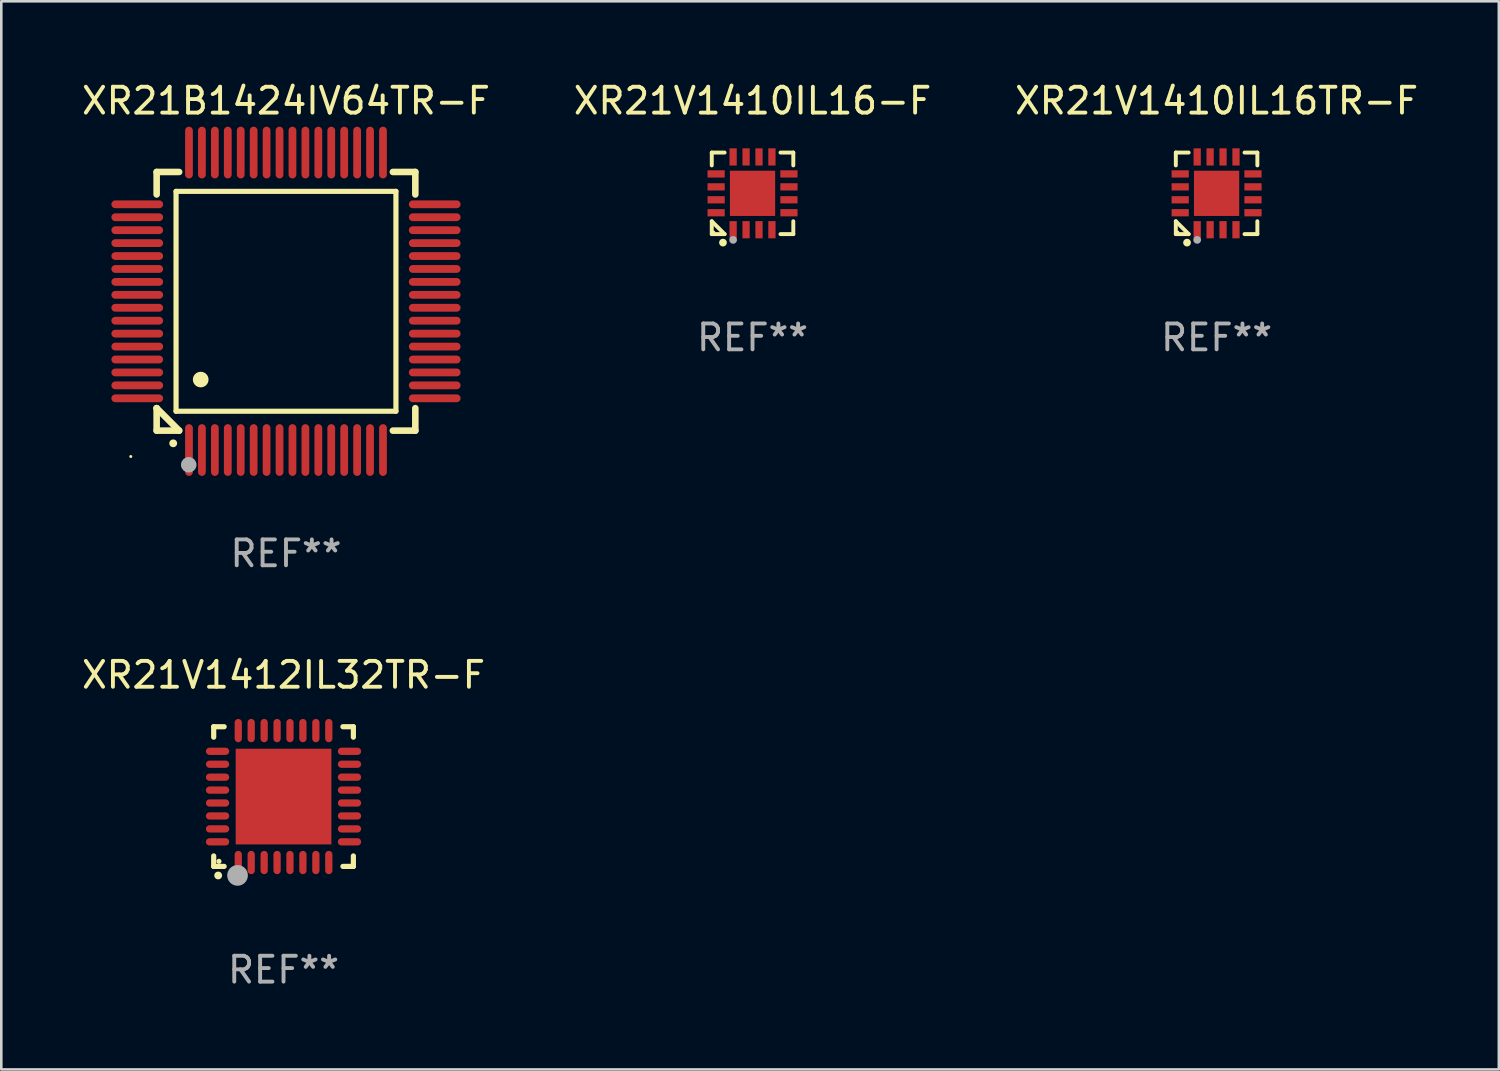
<source format=kicad_pcb>
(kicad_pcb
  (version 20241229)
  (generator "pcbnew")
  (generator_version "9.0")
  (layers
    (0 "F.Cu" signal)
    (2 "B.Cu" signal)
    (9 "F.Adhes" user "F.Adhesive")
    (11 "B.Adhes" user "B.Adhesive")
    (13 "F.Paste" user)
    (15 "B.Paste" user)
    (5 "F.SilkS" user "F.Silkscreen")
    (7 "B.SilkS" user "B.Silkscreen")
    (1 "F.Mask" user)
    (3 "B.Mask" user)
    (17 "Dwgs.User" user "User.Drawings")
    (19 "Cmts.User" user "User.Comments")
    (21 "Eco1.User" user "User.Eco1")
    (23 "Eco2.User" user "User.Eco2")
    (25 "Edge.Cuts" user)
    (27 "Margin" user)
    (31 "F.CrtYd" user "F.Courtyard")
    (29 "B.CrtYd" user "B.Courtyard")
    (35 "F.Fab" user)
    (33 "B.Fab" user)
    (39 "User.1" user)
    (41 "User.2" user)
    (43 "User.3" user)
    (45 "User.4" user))
  (footprint "XR21V1412IL32TR-F"
    (layer "F.Cu")
    (at 7.911 27.744)
    (property "Reference" "XR21V1412IL32TR-F" (at 0 -4.7 0) (layer "F.SilkS") (effects (font (size 1 1) (thickness 0.15))))
    (attr through_hole)
    (fp_line (start -2.7 -2.7) (end -2.295 -2.7) (stroke (width 0.2) (type solid)) (layer "F.SilkS"))
    (fp_line (start -2.7 -2.295) (end -2.7 -2.7) (stroke (width 0.2) (type solid)) (layer "F.SilkS"))
    (fp_line (start -2.7 2.7) (end -2.7 2.295) (stroke (width 0.2) (type solid)) (layer "F.SilkS"))
    (fp_line (start -2.295 2.7) (end -2.7 2.7) (stroke (width 0.2) (type solid)) (layer "F.SilkS"))
    (fp_line (start 2.295 2.7) (end 2.7 2.7) (stroke (width 0.2) (type solid)) (layer "F.SilkS"))
    (fp_line (start 2.7 -2.7) (end 2.295 -2.7) (stroke (width 0.2) (type solid)) (layer "F.SilkS"))
    (fp_line (start 2.7 -2.295) (end 2.7 -2.7) (stroke (width 0.2) (type solid)) (layer "F.SilkS"))
    (fp_line (start 2.7 2.7) (end 2.7 2.295) (stroke (width 0.2) (type solid)) (layer "F.SilkS"))
    (fp_arc (start -2.527889 3.050546) (mid -2.526619 3.050541) (end -2.525349 3.050546) (stroke (width 0.3) (type solid)) (layer "F.SilkS"))
    (fp_circle (center -2.497 2.505) (end -2.447 2.505) (stroke (width 0.1) (type solid)) (fill no) (layer "F.SilkS"))
    (fp_circle (center -1.778 3.048) (end -1.578 3.048) (stroke (width 0.4) (type solid)) (fill no) (layer "F.Fab"))
    (fp_text user "REF**" (at 0 6.7 0) (layer "F.Fab") (effects (font (size 1 1) (thickness 0.15))))
    (pad "1" smd oval (at -1.75 2.55) (size 0.28 0.9) (layers "F.Cu" "F.Mask" "F.Paste"))
    (pad "2" smd oval (at -1.25 2.55) (size 0.28 0.9) (layers "F.Cu" "F.Mask" "F.Paste"))
    (pad "3" smd oval (at -0.749 2.55) (size 0.28 0.9) (layers "F.Cu" "F.Mask" "F.Paste"))
    (pad "4" smd oval (at -0.249 2.55) (size 0.28 0.9) (layers "F.Cu" "F.Mask" "F.Paste"))
    (pad "5" smd oval (at 0.249 2.55) (size 0.28 0.9) (layers "F.Cu" "F.Mask" "F.Paste"))
    (pad "6" smd oval (at 0.749 2.55) (size 0.28 0.9) (layers "F.Cu" "F.Mask" "F.Paste"))
    (pad "7" smd oval (at 1.25 2.55) (size 0.28 0.9) (layers "F.Cu" "F.Mask" "F.Paste"))
    (pad "8" smd oval (at 1.75 2.55) (size 0.28 0.9) (layers "F.Cu" "F.Mask" "F.Paste"))
    (pad "9" smd oval (at 2.55 1.75) (size 0.9 0.28) (layers "F.Cu" "F.Mask" "F.Paste"))
    (pad "10" smd oval (at 2.55 1.25) (size 0.9 0.28) (layers "F.Cu" "F.Mask" "F.Paste"))
    (pad "11" smd oval (at 2.55 0.749) (size 0.9 0.28) (layers "F.Cu" "F.Mask" "F.Paste"))
    (pad "12" smd oval (at 2.55 0.249) (size 0.9 0.28) (layers "F.Cu" "F.Mask" "F.Paste"))
    (pad "13" smd oval (at 2.55 -0.249) (size 0.9 0.28) (layers "F.Cu" "F.Mask" "F.Paste"))
    (pad "14" smd oval (at 2.55 -0.749) (size 0.9 0.28) (layers "F.Cu" "F.Mask" "F.Paste"))
    (pad "15" smd oval (at 2.55 -1.25) (size 0.9 0.28) (layers "F.Cu" "F.Mask" "F.Paste"))
    (pad "16" smd oval (at 2.55 -1.75) (size 0.9 0.28) (layers "F.Cu" "F.Mask" "F.Paste"))
    (pad "17" smd oval (at 1.75 -2.55) (size 0.28 0.9) (layers "F.Cu" "F.Mask" "F.Paste"))
    (pad "18" smd oval (at 1.25 -2.55) (size 0.28 0.9) (layers "F.Cu" "F.Mask" "F.Paste"))
    (pad "19" smd oval (at 0.749 -2.55) (size 0.28 0.9) (layers "F.Cu" "F.Mask" "F.Paste"))
    (pad "20" smd oval (at 0.249 -2.55) (size 0.28 0.9) (layers "F.Cu" "F.Mask" "F.Paste"))
    (pad "21" smd oval (at -0.249 -2.55) (size 0.28 0.9) (layers "F.Cu" "F.Mask" "F.Paste"))
    (pad "22" smd oval (at -0.749 -2.55) (size 0.28 0.9) (layers "F.Cu" "F.Mask" "F.Paste"))
    (pad "23" smd oval (at -1.25 -2.55) (size 0.28 0.9) (layers "F.Cu" "F.Mask" "F.Paste"))
    (pad "24" smd oval (at -1.75 -2.55) (size 0.28 0.9) (layers "F.Cu" "F.Mask" "F.Paste"))
    (pad "25" smd oval (at -2.55 -1.75) (size 0.9 0.28) (layers "F.Cu" "F.Mask" "F.Paste"))
    (pad "26" smd oval (at -2.55 -1.25) (size 0.9 0.28) (layers "F.Cu" "F.Mask" "F.Paste"))
    (pad "27" smd oval (at -2.55 -0.749) (size 0.9 0.28) (layers "F.Cu" "F.Mask" "F.Paste"))
    (pad "28" smd oval (at -2.55 -0.249) (size 0.9 0.28) (layers "F.Cu" "F.Mask" "F.Paste"))
    (pad "29" smd oval (at -2.55 0.249) (size 0.9 0.28) (layers "F.Cu" "F.Mask" "F.Paste"))
    (pad "30" smd oval (at -2.55 0.749) (size 0.9 0.28) (layers "F.Cu" "F.Mask" "F.Paste"))
    (pad "31" smd oval (at -2.55 1.25) (size 0.9 0.28) (layers "F.Cu" "F.Mask" "F.Paste"))
    (pad "32" smd oval (at -2.55 1.75) (size 0.9 0.28) (layers "F.Cu" "F.Mask" "F.Paste"))
    (pad "33" smd rect (at 0.000076 0.000076) (size 3.7 3.7) (layers "F.Cu" "F.Mask" "F.Paste")))
  (footprint "XR21V1410IL16TR-F"
    (layer "F.Cu")
    (at 43.982 4.424)
    (property "Reference" "XR21V1410IL16TR-F" (at 0 -3.576 0) (layer "F.SilkS") (effects (font (size 1 1) (thickness 0.15))))
    (attr through_hole)
    (fp_line (start -1.576 -1.576) (end -1.08 -1.576) (stroke (width 0.152) (type solid)) (layer "F.SilkS"))
    (fp_line (start -1.576 -1.08) (end -1.576 -1.576) (stroke (width 0.152) (type solid)) (layer "F.SilkS"))
    (fp_line (start -1.576 1.08) (end -1.576 1.576) (stroke (width 0.152) (type solid)) (layer "F.SilkS"))
    (fp_line (start -1.576 1.576) (end -1.08 1.576) (stroke (width 0.152) (type solid)) (layer "F.SilkS"))
    (fp_line (start -1.08 1.576) (end -1.576 1.08) (stroke (width 0.152) (type solid)) (layer "F.SilkS"))
    (fp_line (start 1.576 -1.576) (end 1.08 -1.576) (stroke (width 0.152) (type solid)) (layer "F.SilkS"))
    (fp_line (start 1.576 -1.08) (end 1.576 -1.576) (stroke (width 0.152) (type solid)) (layer "F.SilkS"))
    (fp_line (start 1.576 1.08) (end 1.576 1.576) (stroke (width 0.152) (type solid)) (layer "F.SilkS"))
    (fp_line (start 1.576 1.576) (end 1.08 1.576) (stroke (width 0.152) (type solid)) (layer "F.SilkS"))
    (fp_circle (center -1.5 1.5) (end -1.47 1.5) (stroke (width 0.06) (type solid)) (fill no) (layer "F.SilkS"))
    (fp_circle (center -1.143 1.905) (end -1.068 1.905) (stroke (width 0.15) (type solid)) (fill no) (layer "F.SilkS"))
    (fp_circle (center -0.75 1.8) (end -0.675 1.8) (stroke (width 0.15) (type solid)) (fill no) (layer "F.Fab"))
    (fp_text user "REF**" (at 0 5.576 0) (layer "F.Fab") (effects (font (size 1 1) (thickness 0.15))))
    (pad "1" smd rect (at -0.75 1.407) (size 0.28 0.665) (layers "F.Cu" "F.Mask" "F.Paste"))
    (pad "2" smd rect (at -0.25 1.407) (size 0.28 0.665) (layers "F.Cu" "F.Mask" "F.Paste"))
    (pad "3" smd rect (at 0.25 1.407) (size 0.28 0.665) (layers "F.Cu" "F.Mask" "F.Paste"))
    (pad "4" smd rect (at 0.75 1.407) (size 0.28 0.665) (layers "F.Cu" "F.Mask" "F.Paste"))
    (pad "5" smd rect (at 1.407 0.75) (size 0.665 0.28) (layers "F.Cu" "F.Mask" "F.Paste"))
    (pad "6" smd rect (at 1.407 0.25) (size 0.665 0.28) (layers "F.Cu" "F.Mask" "F.Paste"))
    (pad "7" smd rect (at 1.407 -0.25) (size 0.665 0.28) (layers "F.Cu" "F.Mask" "F.Paste"))
    (pad "8" smd rect (at 1.407 -0.75) (size 0.665 0.28) (layers "F.Cu" "F.Mask" "F.Paste"))
    (pad "9" smd rect (at 0.75 -1.407) (size 0.28 0.665) (layers "F.Cu" "F.Mask" "F.Paste"))
    (pad "10" smd rect (at 0.25 -1.407) (size 0.28 0.665) (layers "F.Cu" "F.Mask" "F.Paste"))
    (pad "11" smd rect (at -0.25 -1.407) (size 0.28 0.665) (layers "F.Cu" "F.Mask" "F.Paste"))
    (pad "12" smd rect (at -0.75 -1.407) (size 0.28 0.665) (layers "F.Cu" "F.Mask" "F.Paste"))
    (pad "13" smd rect (at -1.407 -0.75) (size 0.665 0.28) (layers "F.Cu" "F.Mask" "F.Paste"))
    (pad "14" smd rect (at -1.407 -0.25) (size 0.665 0.28) (layers "F.Cu" "F.Mask" "F.Paste"))
    (pad "15" smd rect (at -1.407 0.25) (size 0.665 0.28) (layers "F.Cu" "F.Mask" "F.Paste"))
    (pad "16" smd rect (at -1.407 0.75) (size 0.665 0.28) (layers "F.Cu" "F.Mask" "F.Paste"))
    (pad "17" smd rect (at 0 0) (size 1.75 1.75) (layers "F.Cu" "F.Mask" "F.Paste")))
  (footprint "XR21V1410IL16-F"
    (layer "F.Cu")
    (at 26.042 4.424)
    (property "Reference" "XR21V1410IL16-F" (at 0 -3.576 0) (layer "F.SilkS") (effects (font (size 1 1) (thickness 0.15))))
    (attr through_hole)
    (fp_line (start -1.576 -1.576) (end -1.08 -1.576) (stroke (width 0.152) (type solid)) (layer "F.SilkS"))
    (fp_line (start -1.576 -1.08) (end -1.576 -1.576) (stroke (width 0.152) (type solid)) (layer "F.SilkS"))
    (fp_line (start -1.576 1.08) (end -1.576 1.576) (stroke (width 0.152) (type solid)) (layer "F.SilkS"))
    (fp_line (start -1.576 1.576) (end -1.08 1.576) (stroke (width 0.152) (type solid)) (layer "F.SilkS"))
    (fp_line (start -1.08 1.576) (end -1.576 1.08) (stroke (width 0.152) (type solid)) (layer "F.SilkS"))
    (fp_line (start 1.576 -1.576) (end 1.08 -1.576) (stroke (width 0.152) (type solid)) (layer "F.SilkS"))
    (fp_line (start 1.576 -1.08) (end 1.576 -1.576) (stroke (width 0.152) (type solid)) (layer "F.SilkS"))
    (fp_line (start 1.576 1.08) (end 1.576 1.576) (stroke (width 0.152) (type solid)) (layer "F.SilkS"))
    (fp_line (start 1.576 1.576) (end 1.08 1.576) (stroke (width 0.152) (type solid)) (layer "F.SilkS"))
    (fp_circle (center -1.5 1.5) (end -1.47 1.5) (stroke (width 0.06) (type solid)) (fill no) (layer "F.SilkS"))
    (fp_circle (center -1.143 1.905) (end -1.068 1.905) (stroke (width 0.15) (type solid)) (fill no) (layer "F.SilkS"))
    (fp_circle (center -0.75 1.8) (end -0.675 1.8) (stroke (width 0.15) (type solid)) (fill no) (layer "F.Fab"))
    (fp_text user "REF**" (at 0 5.576 0) (layer "F.Fab") (effects (font (size 1 1) (thickness 0.15))))
    (pad "1" smd rect (at -0.75 1.407) (size 0.28 0.665) (layers "F.Cu" "F.Mask" "F.Paste"))
    (pad "2" smd rect (at -0.25 1.407) (size 0.28 0.665) (layers "F.Cu" "F.Mask" "F.Paste"))
    (pad "3" smd rect (at 0.25 1.407) (size 0.28 0.665) (layers "F.Cu" "F.Mask" "F.Paste"))
    (pad "4" smd rect (at 0.75 1.407) (size 0.28 0.665) (layers "F.Cu" "F.Mask" "F.Paste"))
    (pad "5" smd rect (at 1.407 0.75) (size 0.665 0.28) (layers "F.Cu" "F.Mask" "F.Paste"))
    (pad "6" smd rect (at 1.407 0.25) (size 0.665 0.28) (layers "F.Cu" "F.Mask" "F.Paste"))
    (pad "7" smd rect (at 1.407 -0.25) (size 0.665 0.28) (layers "F.Cu" "F.Mask" "F.Paste"))
    (pad "8" smd rect (at 1.407 -0.75) (size 0.665 0.28) (layers "F.Cu" "F.Mask" "F.Paste"))
    (pad "9" smd rect (at 0.75 -1.407) (size 0.28 0.665) (layers "F.Cu" "F.Mask" "F.Paste"))
    (pad "10" smd rect (at 0.25 -1.407) (size 0.28 0.665) (layers "F.Cu" "F.Mask" "F.Paste"))
    (pad "11" smd rect (at -0.25 -1.407) (size 0.28 0.665) (layers "F.Cu" "F.Mask" "F.Paste"))
    (pad "12" smd rect (at -0.75 -1.407) (size 0.28 0.665) (layers "F.Cu" "F.Mask" "F.Paste"))
    (pad "13" smd rect (at -1.407 -0.75) (size 0.665 0.28) (layers "F.Cu" "F.Mask" "F.Paste"))
    (pad "14" smd rect (at -1.407 -0.25) (size 0.665 0.28) (layers "F.Cu" "F.Mask" "F.Paste"))
    (pad "15" smd rect (at -1.407 0.25) (size 0.665 0.28) (layers "F.Cu" "F.Mask" "F.Paste"))
    (pad "16" smd rect (at -1.407 0.75) (size 0.665 0.28) (layers "F.Cu" "F.Mask" "F.Paste"))
    (pad "17" smd rect (at 0 0) (size 1.75 1.75) (layers "F.Cu" "F.Mask" "F.Paste")))
  (footprint "XR21B1424IV64TR-F"
    (layer "F.Cu")
    (at 8.006 8.598)
    (property "Reference" "XR21B1424IV64TR-F" (at 0 -7.75 0) (layer "F.SilkS") (effects (font (size 1 1) (thickness 0.15))))
    (attr through_hole)
    (fp_line (start -5 -5) (end -4.131 -5) (stroke (width 0.254) (type solid)) (layer "F.SilkS"))
    (fp_line (start -5 -4.131) (end -5 -5) (stroke (width 0.254) (type solid)) (layer "F.SilkS"))
    (fp_line (start -5 4.131) (end -5 4.131) (stroke (width 0.254) (type solid)) (layer "F.SilkS"))
    (fp_line (start -5 5) (end -5 4.131) (stroke (width 0.254) (type solid)) (layer "F.SilkS"))
    (fp_line (start -5 4.131) (end -4.131 5) (stroke (width 0.254) (type solid)) (layer "F.SilkS"))
    (fp_line (start -4.25 -4.25) (end -4.25 4.25) (stroke (width 0.2) (type solid)) (layer "F.SilkS"))
    (fp_line (start -4.25 4.25) (end 4.25 4.25) (stroke (width 0.2) (type solid)) (layer "F.SilkS"))
    (fp_line (start -4.131 5) (end -5 5) (stroke (width 0.254) (type solid)) (layer "F.SilkS"))
    (fp_line (start 4.25 -4.25) (end -4.25 -4.25) (stroke (width 0.2) (type solid)) (layer "F.SilkS"))
    (fp_line (start 4.25 4.25) (end 4.25 -4.25) (stroke (width 0.2) (type solid)) (layer "F.SilkS"))
    (fp_line (start 5 -5) (end 4.131 -5) (stroke (width 0.254) (type solid)) (layer "F.SilkS"))
    (fp_line (start 5 -5) (end 5 -4.131) (stroke (width 0.254) (type solid)) (layer "F.SilkS"))
    (fp_line (start 5 4.131) (end 5 5) (stroke (width 0.254) (type solid)) (layer "F.SilkS"))
    (fp_line (start 5 5) (end 4.131 5) (stroke (width 0.254) (type solid)) (layer "F.SilkS"))
    (fp_arc (start -4.361265 5.489992) (mid -4.359995 5.489987) (end -4.358725 5.489992) (stroke (width 0.3) (type solid)) (layer "F.SilkS"))
    (fp_arc (start -3.299467 3.025146) (mid -3.296927 3.025135) (end -3.294387 3.025146) (stroke (width 0.6) (type solid)) (layer "F.SilkS"))
    (fp_circle (center -6 6) (end -5.97 6) (stroke (width 0.06) (type solid)) (fill no) (layer "F.SilkS"))
    (fp_circle (center -3.76 6.32) (end -3.61 6.32) (stroke (width 0.3) (type solid)) (fill no) (layer "F.Fab"))
    (fp_text user "REF**" (at 0 9.75 0) (layer "F.Fab") (effects (font (size 1 1) (thickness 0.15))))
    (pad "1" smd oval (at -3.75 5.75) (size 0.3 2) (layers "F.Cu" "F.Mask" "F.Paste"))
    (pad "2" smd oval (at -3.25 5.75) (size 0.3 2) (layers "F.Cu" "F.Mask" "F.Paste"))
    (pad "3" smd oval (at -2.75 5.75) (size 0.3 2) (layers "F.Cu" "F.Mask" "F.Paste"))
    (pad "4" smd oval (at -2.25 5.75) (size 0.3 2) (layers "F.Cu" "F.Mask" "F.Paste"))
    (pad "5" smd oval (at -1.75 5.75) (size 0.3 2) (layers "F.Cu" "F.Mask" "F.Paste"))
    (pad "6" smd oval (at -1.25 5.75) (size 0.3 2) (layers "F.Cu" "F.Mask" "F.Paste"))
    (pad "7" smd oval (at -0.75 5.75) (size 0.3 2) (layers "F.Cu" "F.Mask" "F.Paste"))
    (pad "8" smd oval (at -0.25 5.75) (size 0.3 2) (layers "F.Cu" "F.Mask" "F.Paste"))
    (pad "9" smd oval (at 0.25 5.75) (size 0.3 2) (layers "F.Cu" "F.Mask" "F.Paste"))
    (pad "10" smd oval (at 0.75 5.75) (size 0.3 2) (layers "F.Cu" "F.Mask" "F.Paste"))
    (pad "11" smd oval (at 1.25 5.75) (size 0.3 2) (layers "F.Cu" "F.Mask" "F.Paste"))
    (pad "12" smd oval (at 1.75 5.75) (size 0.3 2) (layers "F.Cu" "F.Mask" "F.Paste"))
    (pad "13" smd oval (at 2.25 5.75) (size 0.3 2) (layers "F.Cu" "F.Mask" "F.Paste"))
    (pad "14" smd oval (at 2.75 5.75) (size 0.3 2) (layers "F.Cu" "F.Mask" "F.Paste"))
    (pad "15" smd oval (at 3.25 5.75) (size 0.3 2) (layers "F.Cu" "F.Mask" "F.Paste"))
    (pad "16" smd oval (at 3.75 5.75) (size 0.3 2) (layers "F.Cu" "F.Mask" "F.Paste"))
    (pad "17" smd oval (at 5.75 3.75) (size 2 0.3) (layers "F.Cu" "F.Mask" "F.Paste"))
    (pad "18" smd oval (at 5.75 3.25) (size 2 0.3) (layers "F.Cu" "F.Mask" "F.Paste"))
    (pad "19" smd oval (at 5.75 2.75) (size 2 0.3) (layers "F.Cu" "F.Mask" "F.Paste"))
    (pad "20" smd oval (at 5.75 2.25) (size 2 0.3) (layers "F.Cu" "F.Mask" "F.Paste"))
    (pad "21" smd oval (at 5.75 1.75) (size 2 0.3) (layers "F.Cu" "F.Mask" "F.Paste"))
    (pad "22" smd oval (at 5.75 1.25) (size 2 0.3) (layers "F.Cu" "F.Mask" "F.Paste"))
    (pad "23" smd oval (at 5.75 0.75) (size 2 0.3) (layers "F.Cu" "F.Mask" "F.Paste"))
    (pad "24" smd oval (at 5.75 0.25) (size 2 0.3) (layers "F.Cu" "F.Mask" "F.Paste"))
    (pad "25" smd oval (at 5.75 -0.25) (size 2 0.3) (layers "F.Cu" "F.Mask" "F.Paste"))
    (pad "26" smd oval (at 5.75 -0.75) (size 2 0.3) (layers "F.Cu" "F.Mask" "F.Paste"))
    (pad "27" smd oval (at 5.75 -1.25) (size 2 0.3) (layers "F.Cu" "F.Mask" "F.Paste"))
    (pad "28" smd oval (at 5.75 -1.75) (size 2 0.3) (layers "F.Cu" "F.Mask" "F.Paste"))
    (pad "29" smd oval (at 5.75 -2.25) (size 2 0.3) (layers "F.Cu" "F.Mask" "F.Paste"))
    (pad "30" smd oval (at 5.75 -2.75) (size 2 0.3) (layers "F.Cu" "F.Mask" "F.Paste"))
    (pad "31" smd oval (at 5.75 -3.25) (size 2 0.3) (layers "F.Cu" "F.Mask" "F.Paste"))
    (pad "32" smd oval (at 5.75 -3.75) (size 2 0.3) (layers "F.Cu" "F.Mask" "F.Paste"))
    (pad "33" smd oval (at 3.75 -5.75) (size 0.3 2) (layers "F.Cu" "F.Mask" "F.Paste"))
    (pad "34" smd oval (at 3.25 -5.75) (size 0.3 2) (layers "F.Cu" "F.Mask" "F.Paste"))
    (pad "35" smd oval (at 2.75 -5.75) (size 0.3 2) (layers "F.Cu" "F.Mask" "F.Paste"))
    (pad "36" smd oval (at 2.25 -5.75) (size 0.3 2) (layers "F.Cu" "F.Mask" "F.Paste"))
    (pad "37" smd oval (at 1.75 -5.75) (size 0.3 2) (layers "F.Cu" "F.Mask" "F.Paste"))
    (pad "38" smd oval (at 1.25 -5.75) (size 0.3 2) (layers "F.Cu" "F.Mask" "F.Paste"))
    (pad "39" smd oval (at 0.75 -5.75) (size 0.3 2) (layers "F.Cu" "F.Mask" "F.Paste"))
    (pad "40" smd oval (at 0.25 -5.75) (size 0.3 2) (layers "F.Cu" "F.Mask" "F.Paste"))
    (pad "41" smd oval (at -0.25 -5.75) (size 0.3 2) (layers "F.Cu" "F.Mask" "F.Paste"))
    (pad "42" smd oval (at -0.75 -5.75) (size 0.3 2) (layers "F.Cu" "F.Mask" "F.Paste"))
    (pad "43" smd oval (at -1.25 -5.75) (size 0.3 2) (layers "F.Cu" "F.Mask" "F.Paste"))
    (pad "44" smd oval (at -1.75 -5.75) (size 0.3 2) (layers "F.Cu" "F.Mask" "F.Paste"))
    (pad "45" smd oval (at -2.25 -5.75) (size 0.3 2) (layers "F.Cu" "F.Mask" "F.Paste"))
    (pad "46" smd oval (at -2.75 -5.75) (size 0.3 2) (layers "F.Cu" "F.Mask" "F.Paste"))
    (pad "47" smd oval (at -3.25 -5.75) (size 0.3 2) (layers "F.Cu" "F.Mask" "F.Paste"))
    (pad "48" smd oval (at -3.75 -5.75) (size 0.3 2) (layers "F.Cu" "F.Mask" "F.Paste"))
    (pad "49" smd oval (at -5.75 -3.75) (size 2 0.3) (layers "F.Cu" "F.Mask" "F.Paste"))
    (pad "50" smd oval (at -5.75 -3.25) (size 2 0.3) (layers "F.Cu" "F.Mask" "F.Paste"))
    (pad "51" smd oval (at -5.75 -2.75) (size 2 0.3) (layers "F.Cu" "F.Mask" "F.Paste"))
    (pad "52" smd oval (at -5.75 -2.25) (size 2 0.3) (layers "F.Cu" "F.Mask" "F.Paste"))
    (pad "53" smd oval (at -5.75 -1.75) (size 2 0.3) (layers "F.Cu" "F.Mask" "F.Paste"))
    (pad "54" smd oval (at -5.75 -1.25) (size 2 0.3) (layers "F.Cu" "F.Mask" "F.Paste"))
    (pad "55" smd oval (at -5.75 -0.75) (size 2 0.3) (layers "F.Cu" "F.Mask" "F.Paste"))
    (pad "56" smd oval (at -5.75 -0.25) (size 2 0.3) (layers "F.Cu" "F.Mask" "F.Paste"))
    (pad "57" smd oval (at -5.75 0.25) (size 2 0.3) (layers "F.Cu" "F.Mask" "F.Paste"))
    (pad "58" smd oval (at -5.75 0.75) (size 2 0.3) (layers "F.Cu" "F.Mask" "F.Paste"))
    (pad "59" smd oval (at -5.75 1.25) (size 2 0.3) (layers "F.Cu" "F.Mask" "F.Paste"))
    (pad "60" smd oval (at -5.75 1.75) (size 2 0.3) (layers "F.Cu" "F.Mask" "F.Paste"))
    (pad "61" smd oval (at -5.75 2.25) (size 2 0.3) (layers "F.Cu" "F.Mask" "F.Paste"))
    (pad "62" smd oval (at -5.75 2.75) (size 2 0.3) (layers "F.Cu" "F.Mask" "F.Paste"))
    (pad "63" smd oval (at -5.75 3.25) (size 2 0.3) (layers "F.Cu" "F.Mask" "F.Paste"))
    (pad "64" smd oval (at -5.75 3.75) (size 2 0.3) (layers "F.Cu" "F.Mask" "F.Paste")))
  (gr_rect
    (start -3 -3)
    (end 54.893 38.293)
    (stroke (width 0.1) (type default))
    (fill no)
    (layer "Edge.Cuts")))
</source>
